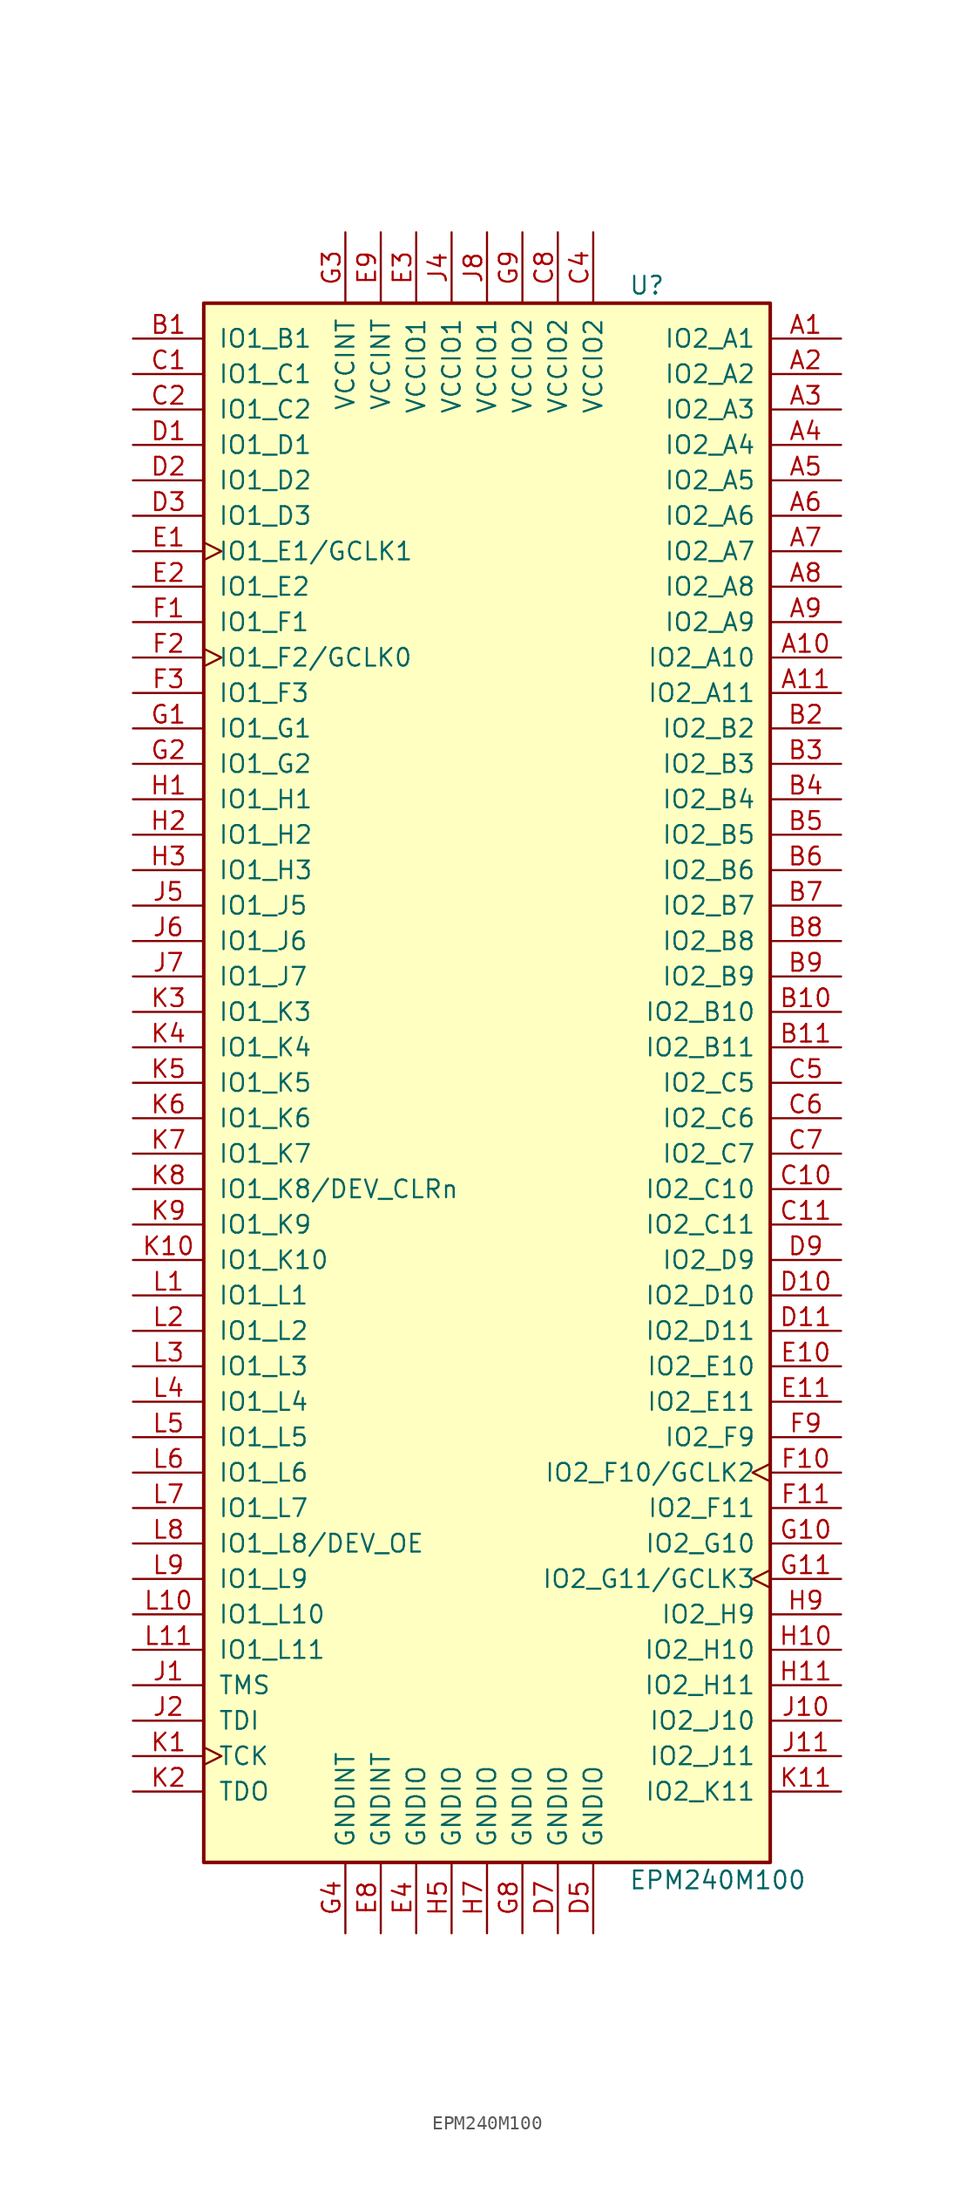
<source format=kicad_sym>
(kicad_symbol_lib
  (version 20241209)
  (generator "kicad_symbol_editor")
  (generator_version "9.0")
  (symbol "EPM240M100"
    (pin_names
      (offset 1.016))
    (property "Reference" "U"
      (at 10.16 57.15 0)
      (effects (font (size 1.27 1.27)) (justify left)))
    (property "Value" "EPM240M100"
      (at 10.16 -57.15 0)
      (effects (font (size 1.27 1.27)) (justify left)))
    (property "ki_locked" ""
      (at 0 0 0)
      (effects (font (size 1.27 1.27))))
    (symbol "EPM240M100_1_1"
      (rectangle (start -20.32 55.88) (end 20.32 -55.88) (stroke (width 0.254) (type default)) (fill (type background)))
      (pin bidirectional line (at -25.4 53.34 0) (length 5.08) (name "IO1_B1" (effects (font (size 1.27 1.27)))) (number "B1" (effects (font (size 1.27 1.27)))))
      (pin bidirectional line (at -25.4 50.8 0) (length 5.08) (name "IO1_C1" (effects (font (size 1.27 1.27)))) (number "C1" (effects (font (size 1.27 1.27)))))
      (pin bidirectional line (at -25.4 48.26 0) (length 5.08) (name "IO1_C2" (effects (font (size 1.27 1.27)))) (number "C2" (effects (font (size 1.27 1.27)))))
      (pin bidirectional line (at -25.4 45.72 0) (length 5.08) (name "IO1_D1" (effects (font (size 1.27 1.27)))) (number "D1" (effects (font (size 1.27 1.27)))))
      (pin bidirectional line (at -25.4 43.18 0) (length 5.08) (name "IO1_D2" (effects (font (size 1.27 1.27)))) (number "D2" (effects (font (size 1.27 1.27)))))
      (pin bidirectional line (at -25.4 40.64 0) (length 5.08) (name "IO1_D3" (effects (font (size 1.27 1.27)))) (number "D3" (effects (font (size 1.27 1.27)))))
      (pin bidirectional clock (at -25.4 38.1 0) (length 5.08) (name "IO1_E1/GCLK1" (effects (font (size 1.27 1.27)))) (number "E1" (effects (font (size 1.27 1.27)))))
      (pin bidirectional line (at -25.4 35.56 0) (length 5.08) (name "IO1_E2" (effects (font (size 1.27 1.27)))) (number "E2" (effects (font (size 1.27 1.27)))))
      (pin bidirectional line (at -25.4 33.02 0) (length 5.08) (name "IO1_F1" (effects (font (size 1.27 1.27)))) (number "F1" (effects (font (size 1.27 1.27)))))
      (pin bidirectional clock (at -25.4 30.48 0) (length 5.08) (name "IO1_F2/GCLK0" (effects (font (size 1.27 1.27)))) (number "F2" (effects (font (size 1.27 1.27)))))
      (pin bidirectional line (at -25.4 27.94 0) (length 5.08) (name "IO1_F3" (effects (font (size 1.27 1.27)))) (number "F3" (effects (font (size 1.27 1.27)))))
      (pin bidirectional line (at -25.4 25.4 0) (length 5.08) (name "IO1_G1" (effects (font (size 1.27 1.27)))) (number "G1" (effects (font (size 1.27 1.27)))))
      (pin bidirectional line (at -25.4 22.86 0) (length 5.08) (name "IO1_G2" (effects (font (size 1.27 1.27)))) (number "G2" (effects (font (size 1.27 1.27)))))
      (pin bidirectional line (at -25.4 20.32 0) (length 5.08) (name "IO1_H1" (effects (font (size 1.27 1.27)))) (number "H1" (effects (font (size 1.27 1.27)))))
      (pin bidirectional line (at -25.4 17.78 0) (length 5.08) (name "IO1_H2" (effects (font (size 1.27 1.27)))) (number "H2" (effects (font (size 1.27 1.27)))))
      (pin bidirectional line (at -25.4 15.24 0) (length 5.08) (name "IO1_H3" (effects (font (size 1.27 1.27)))) (number "H3" (effects (font (size 1.27 1.27)))))
      (pin bidirectional line (at -25.4 12.7 0) (length 5.08) (name "IO1_J5" (effects (font (size 1.27 1.27)))) (number "J5" (effects (font (size 1.27 1.27)))))
      (pin bidirectional line (at -25.4 10.16 0) (length 5.08) (name "IO1_J6" (effects (font (size 1.27 1.27)))) (number "J6" (effects (font (size 1.27 1.27)))))
      (pin bidirectional line (at -25.4 7.62 0) (length 5.08) (name "IO1_J7" (effects (font (size 1.27 1.27)))) (number "J7" (effects (font (size 1.27 1.27)))))
      (pin bidirectional line (at -25.4 5.08 0) (length 5.08) (name "IO1_K3" (effects (font (size 1.27 1.27)))) (number "K3" (effects (font (size 1.27 1.27)))))
      (pin bidirectional line (at -25.4 2.54 0) (length 5.08) (name "IO1_K4" (effects (font (size 1.27 1.27)))) (number "K4" (effects (font (size 1.27 1.27)))))
      (pin bidirectional line (at -25.4 0 0) (length 5.08) (name "IO1_K5" (effects (font (size 1.27 1.27)))) (number "K5" (effects (font (size 1.27 1.27)))))
      (pin bidirectional line (at -25.4 -2.54 0) (length 5.08) (name "IO1_K6" (effects (font (size 1.27 1.27)))) (number "K6" (effects (font (size 1.27 1.27)))))
      (pin bidirectional line (at -25.4 -5.08 0) (length 5.08) (name "IO1_K7" (effects (font (size 1.27 1.27)))) (number "K7" (effects (font (size 1.27 1.27)))))
      (pin bidirectional line (at -25.4 -7.62 0) (length 5.08) (name "IO1_K8/DEV_CLRn" (effects (font (size 1.27 1.27)))) (number "K8" (effects (font (size 1.27 1.27)))))
      (pin bidirectional line (at -25.4 -10.16 0) (length 5.08) (name "IO1_K9" (effects (font (size 1.27 1.27)))) (number "K9" (effects (font (size 1.27 1.27)))))
      (pin bidirectional line (at -25.4 -12.7 0) (length 5.08) (name "IO1_K10" (effects (font (size 1.27 1.27)))) (number "K10" (effects (font (size 1.27 1.27)))))
      (pin bidirectional line (at -25.4 -15.24 0) (length 5.08) (name "IO1_L1" (effects (font (size 1.27 1.27)))) (number "L1" (effects (font (size 1.27 1.27)))))
      (pin bidirectional line (at -25.4 -17.78 0) (length 5.08) (name "IO1_L2" (effects (font (size 1.27 1.27)))) (number "L2" (effects (font (size 1.27 1.27)))))
      (pin bidirectional line (at -25.4 -20.32 0) (length 5.08) (name "IO1_L3" (effects (font (size 1.27 1.27)))) (number "L3" (effects (font (size 1.27 1.27)))))
      (pin bidirectional line (at -25.4 -22.86 0) (length 5.08) (name "IO1_L4" (effects (font (size 1.27 1.27)))) (number "L4" (effects (font (size 1.27 1.27)))))
      (pin bidirectional line (at -25.4 -25.4 0) (length 5.08) (name "IO1_L5" (effects (font (size 1.27 1.27)))) (number "L5" (effects (font (size 1.27 1.27)))))
      (pin bidirectional line (at -25.4 -27.94 0) (length 5.08) (name "IO1_L6" (effects (font (size 1.27 1.27)))) (number "L6" (effects (font (size 1.27 1.27)))))
      (pin bidirectional line (at -25.4 -30.48 0) (length 5.08) (name "IO1_L7" (effects (font (size 1.27 1.27)))) (number "L7" (effects (font (size 1.27 1.27)))))
      (pin bidirectional line (at -25.4 -33.02 0) (length 5.08) (name "IO1_L8/DEV_OE" (effects (font (size 1.27 1.27)))) (number "L8" (effects (font (size 1.27 1.27)))))
      (pin bidirectional line (at -25.4 -35.56 0) (length 5.08) (name "IO1_L9" (effects (font (size 1.27 1.27)))) (number "L9" (effects (font (size 1.27 1.27)))))
      (pin bidirectional line (at -25.4 -38.1 0) (length 5.08) (name "IO1_L10" (effects (font (size 1.27 1.27)))) (number "L10" (effects (font (size 1.27 1.27)))))
      (pin bidirectional line (at -25.4 -40.64 0) (length 5.08) (name "IO1_L11" (effects (font (size 1.27 1.27)))) (number "L11" (effects (font (size 1.27 1.27)))))
      (pin input line (at -25.4 -43.18 0) (length 5.08) (name "TMS" (effects (font (size 1.27 1.27)))) (number "J1" (effects (font (size 1.27 1.27)))))
      (pin input line (at -25.4 -45.72 0) (length 5.08) (name "TDI" (effects (font (size 1.27 1.27)))) (number "J2" (effects (font (size 1.27 1.27)))))
      (pin input clock (at -25.4 -48.26 0) (length 5.08) (name "TCK" (effects (font (size 1.27 1.27)))) (number "K1" (effects (font (size 1.27 1.27)))))
      (pin output line (at -25.4 -50.8 0) (length 5.08) (name "TDO" (effects (font (size 1.27 1.27)))) (number "K2" (effects (font (size 1.27 1.27)))))
      (pin power_in line (at -10.16 60.96 270) (length 5.08) (name "VCCINT" (effects (font (size 1.27 1.27)))) (number "G3" (effects (font (size 1.27 1.27)))))
      (pin power_in line (at -10.16 -60.96 90) (length 5.08) (name "GNDINT" (effects (font (size 1.27 1.27)))) (number "G4" (effects (font (size 1.27 1.27)))))
      (pin power_in line (at -7.62 60.96 270) (length 5.08) (name "VCCINT" (effects (font (size 1.27 1.27)))) (number "E9" (effects (font (size 1.27 1.27)))))
      (pin power_in line (at -7.62 -60.96 90) (length 5.08) (name "GNDINT" (effects (font (size 1.27 1.27)))) (number "E8" (effects (font (size 1.27 1.27)))))
      (pin power_in line (at -5.08 60.96 270) (length 5.08) (name "VCCIO1" (effects (font (size 1.27 1.27)))) (number "E3" (effects (font (size 1.27 1.27)))))
      (pin power_in line (at -5.08 -60.96 90) (length 5.08) (name "GNDIO" (effects (font (size 1.27 1.27)))) (number "E4" (effects (font (size 1.27 1.27)))))
      (pin power_in line (at -2.54 60.96 270) (length 5.08) (name "VCCIO1" (effects (font (size 1.27 1.27)))) (number "J4" (effects (font (size 1.27 1.27)))))
      (pin power_in line (at -2.54 -60.96 90) (length 5.08) (name "GNDIO" (effects (font (size 1.27 1.27)))) (number "H5" (effects (font (size 1.27 1.27)))))
      (pin power_in line (at 0 60.96 270) (length 5.08) (name "VCCIO1" (effects (font (size 1.27 1.27)))) (number "J8" (effects (font (size 1.27 1.27)))))
      (pin power_in line (at 0 -60.96 90) (length 5.08) (name "GNDIO" (effects (font (size 1.27 1.27)))) (number "H7" (effects (font (size 1.27 1.27)))))
      (pin power_in line (at 2.54 60.96 270) (length 5.08) (name "VCCIO2" (effects (font (size 1.27 1.27)))) (number "G9" (effects (font (size 1.27 1.27)))))
      (pin power_in line (at 2.54 -60.96 90) (length 5.08) (name "GNDIO" (effects (font (size 1.27 1.27)))) (number "G8" (effects (font (size 1.27 1.27)))))
      (pin power_in line (at 5.08 60.96 270) (length 5.08) (name "VCCIO2" (effects (font (size 1.27 1.27)))) (number "C8" (effects (font (size 1.27 1.27)))))
      (pin power_in line (at 5.08 -60.96 90) (length 5.08) (name "GNDIO" (effects (font (size 1.27 1.27)))) (number "D7" (effects (font (size 1.27 1.27)))))
      (pin power_in line (at 7.62 60.96 270) (length 5.08) (name "VCCIO2" (effects (font (size 1.27 1.27)))) (number "C4" (effects (font (size 1.27 1.27)))))
      (pin power_in line (at 7.62 -60.96 90) (length 5.08) (name "GNDIO" (effects (font (size 1.27 1.27)))) (number "D5" (effects (font (size 1.27 1.27)))))
      (pin bidirectional line (at 25.4 53.34 180) (length 5.08) (name "IO2_A1" (effects (font (size 1.27 1.27)))) (number "A1" (effects (font (size 1.27 1.27)))))
      (pin bidirectional line (at 25.4 50.8 180) (length 5.08) (name "IO2_A2" (effects (font (size 1.27 1.27)))) (number "A2" (effects (font (size 1.27 1.27)))))
      (pin bidirectional line (at 25.4 48.26 180) (length 5.08) (name "IO2_A3" (effects (font (size 1.27 1.27)))) (number "A3" (effects (font (size 1.27 1.27)))))
      (pin bidirectional line (at 25.4 45.72 180) (length 5.08) (name "IO2_A4" (effects (font (size 1.27 1.27)))) (number "A4" (effects (font (size 1.27 1.27)))))
      (pin bidirectional line (at 25.4 43.18 180) (length 5.08) (name "IO2_A5" (effects (font (size 1.27 1.27)))) (number "A5" (effects (font (size 1.27 1.27)))))
      (pin bidirectional line (at 25.4 40.64 180) (length 5.08) (name "IO2_A6" (effects (font (size 1.27 1.27)))) (number "A6" (effects (font (size 1.27 1.27)))))
      (pin bidirectional line (at 25.4 38.1 180) (length 5.08) (name "IO2_A7" (effects (font (size 1.27 1.27)))) (number "A7" (effects (font (size 1.27 1.27)))))
      (pin bidirectional line (at 25.4 35.56 180) (length 5.08) (name "IO2_A8" (effects (font (size 1.27 1.27)))) (number "A8" (effects (font (size 1.27 1.27)))))
      (pin bidirectional line (at 25.4 33.02 180) (length 5.08) (name "IO2_A9" (effects (font (size 1.27 1.27)))) (number "A9" (effects (font (size 1.27 1.27)))))
      (pin bidirectional line (at 25.4 30.48 180) (length 5.08) (name "IO2_A10" (effects (font (size 1.27 1.27)))) (number "A10" (effects (font (size 1.27 1.27)))))
      (pin bidirectional line (at 25.4 27.94 180) (length 5.08) (name "IO2_A11" (effects (font (size 1.27 1.27)))) (number "A11" (effects (font (size 1.27 1.27)))))
      (pin bidirectional line (at 25.4 25.4 180) (length 5.08) (name "IO2_B2" (effects (font (size 1.27 1.27)))) (number "B2" (effects (font (size 1.27 1.27)))))
      (pin bidirectional line (at 25.4 22.86 180) (length 5.08) (name "IO2_B3" (effects (font (size 1.27 1.27)))) (number "B3" (effects (font (size 1.27 1.27)))))
      (pin bidirectional line (at 25.4 20.32 180) (length 5.08) (name "IO2_B4" (effects (font (size 1.27 1.27)))) (number "B4" (effects (font (size 1.27 1.27)))))
      (pin bidirectional line (at 25.4 17.78 180) (length 5.08) (name "IO2_B5" (effects (font (size 1.27 1.27)))) (number "B5" (effects (font (size 1.27 1.27)))))
      (pin bidirectional line (at 25.4 15.24 180) (length 5.08) (name "IO2_B6" (effects (font (size 1.27 1.27)))) (number "B6" (effects (font (size 1.27 1.27)))))
      (pin bidirectional line (at 25.4 12.7 180) (length 5.08) (name "IO2_B7" (effects (font (size 1.27 1.27)))) (number "B7" (effects (font (size 1.27 1.27)))))
      (pin bidirectional line (at 25.4 10.16 180) (length 5.08) (name "IO2_B8" (effects (font (size 1.27 1.27)))) (number "B8" (effects (font (size 1.27 1.27)))))
      (pin bidirectional line (at 25.4 7.62 180) (length 5.08) (name "IO2_B9" (effects (font (size 1.27 1.27)))) (number "B9" (effects (font (size 1.27 1.27)))))
      (pin bidirectional line (at 25.4 5.08 180) (length 5.08) (name "IO2_B10" (effects (font (size 1.27 1.27)))) (number "B10" (effects (font (size 1.27 1.27)))))
      (pin bidirectional line (at 25.4 2.54 180) (length 5.08) (name "IO2_B11" (effects (font (size 1.27 1.27)))) (number "B11" (effects (font (size 1.27 1.27)))))
      (pin bidirectional line (at 25.4 0 180) (length 5.08) (name "IO2_C5" (effects (font (size 1.27 1.27)))) (number "C5" (effects (font (size 1.27 1.27)))))
      (pin bidirectional line (at 25.4 -2.54 180) (length 5.08) (name "IO2_C6" (effects (font (size 1.27 1.27)))) (number "C6" (effects (font (size 1.27 1.27)))))
      (pin bidirectional line (at 25.4 -5.08 180) (length 5.08) (name "IO2_C7" (effects (font (size 1.27 1.27)))) (number "C7" (effects (font (size 1.27 1.27)))))
      (pin bidirectional line (at 25.4 -7.62 180) (length 5.08) (name "IO2_C10" (effects (font (size 1.27 1.27)))) (number "C10" (effects (font (size 1.27 1.27)))))
      (pin bidirectional line (at 25.4 -10.16 180) (length 5.08) (name "IO2_C11" (effects (font (size 1.27 1.27)))) (number "C11" (effects (font (size 1.27 1.27)))))
      (pin bidirectional line (at 25.4 -12.7 180) (length 5.08) (name "IO2_D9" (effects (font (size 1.27 1.27)))) (number "D9" (effects (font (size 1.27 1.27)))))
      (pin bidirectional line (at 25.4 -15.24 180) (length 5.08) (name "IO2_D10" (effects (font (size 1.27 1.27)))) (number "D10" (effects (font (size 1.27 1.27)))))
      (pin bidirectional line (at 25.4 -17.78 180) (length 5.08) (name "IO2_D11" (effects (font (size 1.27 1.27)))) (number "D11" (effects (font (size 1.27 1.27)))))
      (pin bidirectional line (at 25.4 -20.32 180) (length 5.08) (name "IO2_E10" (effects (font (size 1.27 1.27)))) (number "E10" (effects (font (size 1.27 1.27)))))
      (pin bidirectional line (at 25.4 -22.86 180) (length 5.08) (name "IO2_E11" (effects (font (size 1.27 1.27)))) (number "E11" (effects (font (size 1.27 1.27)))))
      (pin bidirectional line (at 25.4 -25.4 180) (length 5.08) (name "IO2_F9" (effects (font (size 1.27 1.27)))) (number "F9" (effects (font (size 1.27 1.27)))))
      (pin bidirectional clock (at 25.4 -27.94 180) (length 5.08) (name "IO2_F10/GCLK2" (effects (font (size 1.27 1.27)))) (number "F10" (effects (font (size 1.27 1.27)))))
      (pin bidirectional line (at 25.4 -30.48 180) (length 5.08) (name "IO2_F11" (effects (font (size 1.27 1.27)))) (number "F11" (effects (font (size 1.27 1.27)))))
      (pin bidirectional line (at 25.4 -33.02 180) (length 5.08) (name "IO2_G10" (effects (font (size 1.27 1.27)))) (number "G10" (effects (font (size 1.27 1.27)))))
      (pin bidirectional clock (at 25.4 -35.56 180) (length 5.08) (name "IO2_G11/GCLK3" (effects (font (size 1.27 1.27)))) (number "G11" (effects (font (size 1.27 1.27)))))
      (pin bidirectional line (at 25.4 -38.1 180) (length 5.08) (name "IO2_H9" (effects (font (size 1.27 1.27)))) (number "H9" (effects (font (size 1.27 1.27)))))
      (pin bidirectional line (at 25.4 -40.64 180) (length 5.08) (name "IO2_H10" (effects (font (size 1.27 1.27)))) (number "H10" (effects (font (size 1.27 1.27)))))
      (pin bidirectional line (at 25.4 -43.18 180) (length 5.08) (name "IO2_H11" (effects (font (size 1.27 1.27)))) (number "H11" (effects (font (size 1.27 1.27)))))
      (pin bidirectional line (at 25.4 -45.72 180) (length 5.08) (name "IO2_J10" (effects (font (size 1.27 1.27)))) (number "J10" (effects (font (size 1.27 1.27)))))
      (pin bidirectional line (at 25.4 -48.26 180) (length 5.08) (name "IO2_J11" (effects (font (size 1.27 1.27)))) (number "J11" (effects (font (size 1.27 1.27)))))
      (pin bidirectional line (at 25.4 -50.8 180) (length 5.08) (name "IO2_K11" (effects (font (size 1.27 1.27)))) (number "K11" (effects (font (size 1.27 1.27))))))))
</source>
